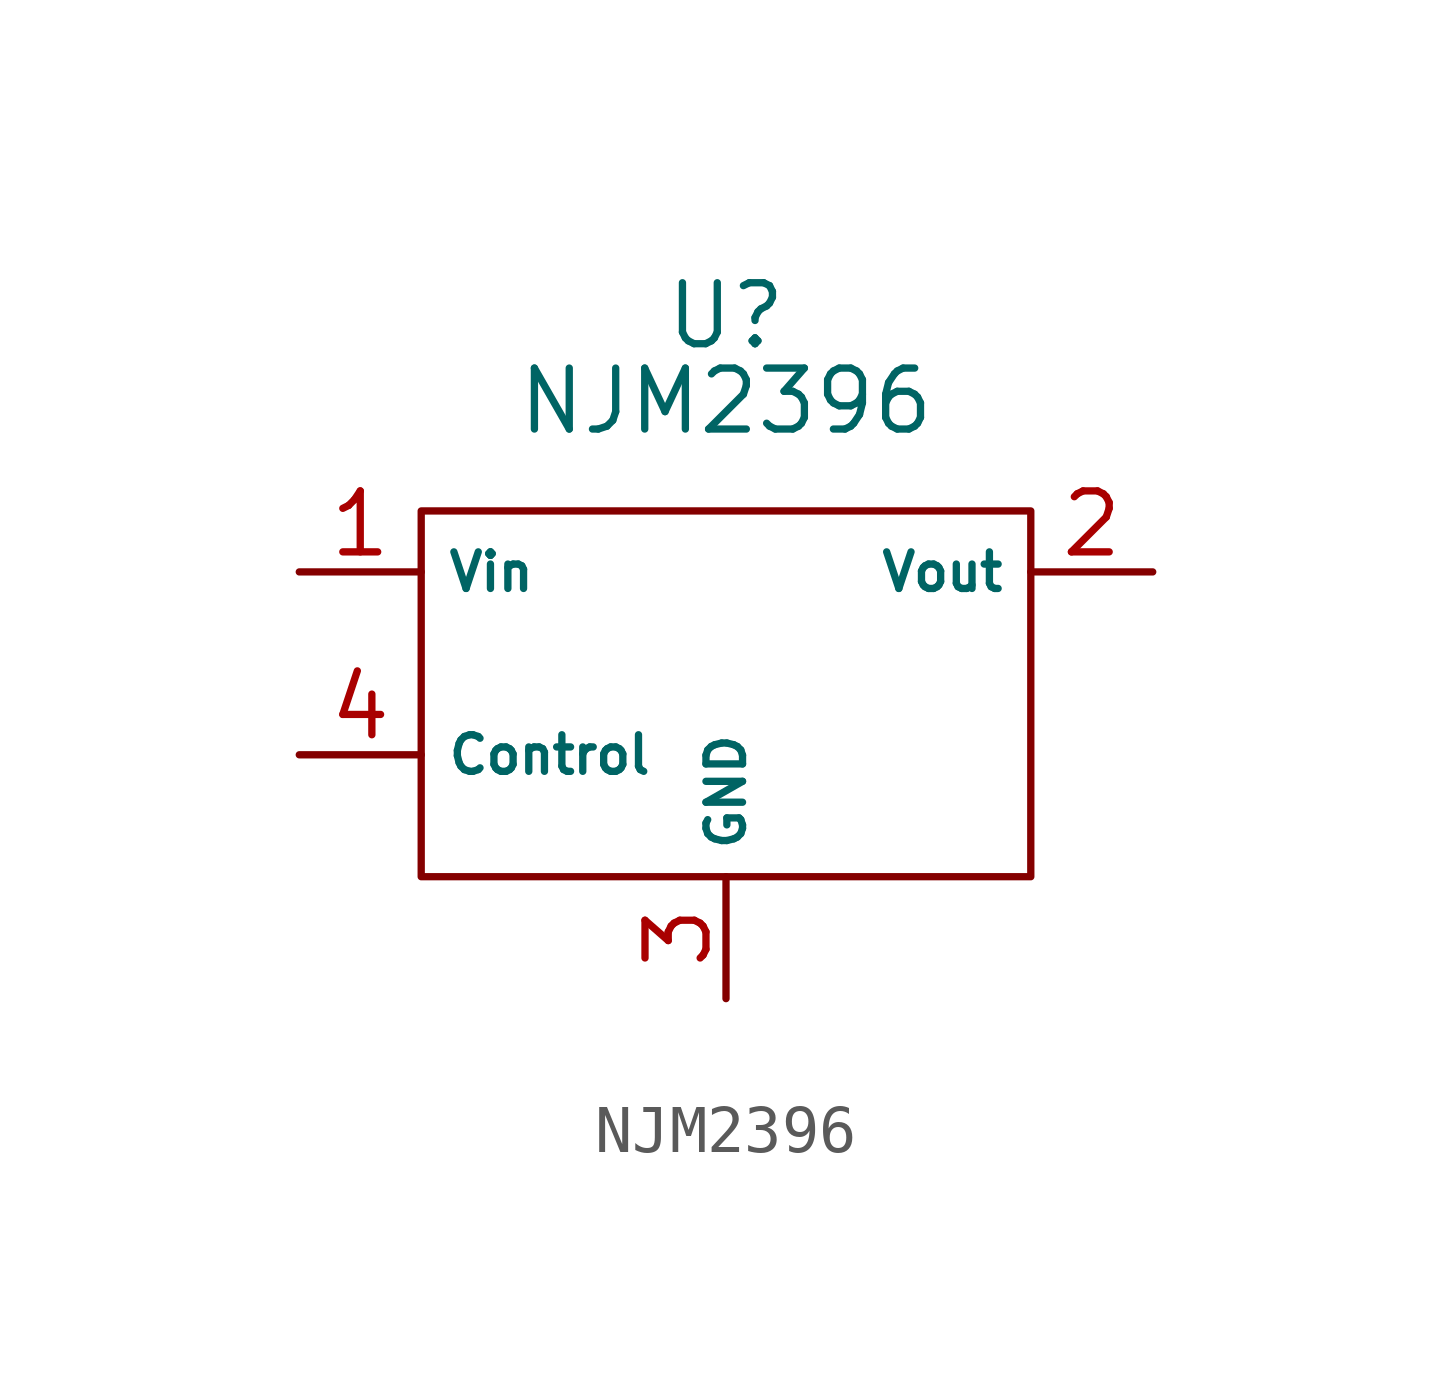
<source format=kicad_sym>
(kicad_symbol_lib
  (version 20231120)
  (generator "kicad_symbol_editor")
  (generator_version "8.0")
  (symbol "NJM2396"
    (property "Reference" "U"
      (at 0 7.874 0)
      (effects (font (size 1.27 1.27))))
    (property "Value" "NJM2396"
      (at 0 6.096 0)
      (effects (font (size 1.27 1.27))))
    (symbol "NJM2396_0_1"
      (rectangle (start -6.35 3.81) (end 6.35 -3.81) (stroke (width 0) (type default)) (fill (type none))))
    (symbol "NJM2396_1_1"
      (pin power_in line (at -8.89 2.54 0) (length 2.54) (name "Vin" (effects (font (size 0.762 0.762)))) (number "1" (effects (font (size 1.27 1.27)))))
      (pin power_out line (at 8.89 2.54 180) (length 2.54) (name "Vout" (effects (font (size 0.762 0.762)))) (number "2" (effects (font (size 1.27 1.27)))))
      (pin bidirectional line (at 0 -6.35 90) (length 2.54) (name "GND" (effects (font (size 0.762 0.762)))) (number "3" (effects (font (size 1.27 1.27)))))
      (pin input line (at -8.89 -1.27 0) (length 2.54) (name "Control" (effects (font (size 0.762 0.762)))) (number "4" (effects (font (size 1.27 1.27))))))))
</source>
